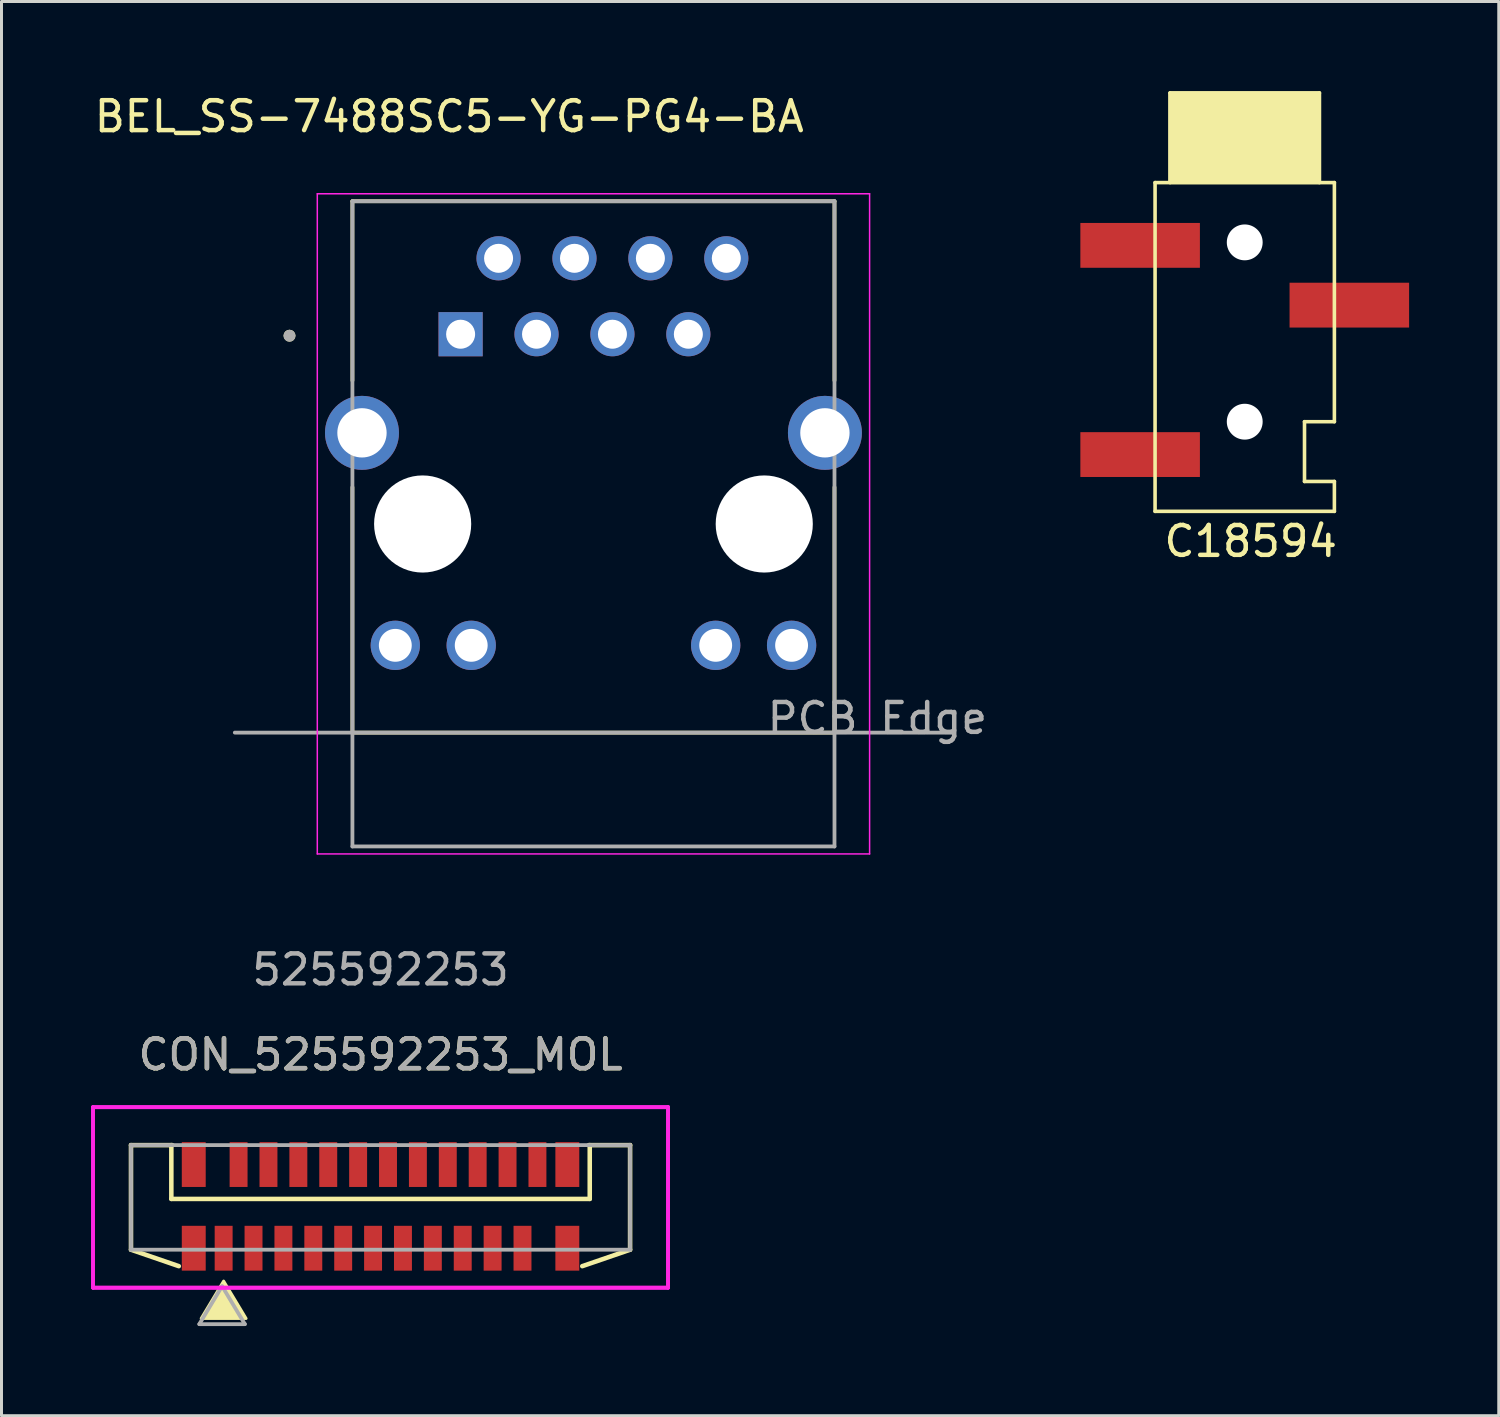
<source format=kicad_pcb>
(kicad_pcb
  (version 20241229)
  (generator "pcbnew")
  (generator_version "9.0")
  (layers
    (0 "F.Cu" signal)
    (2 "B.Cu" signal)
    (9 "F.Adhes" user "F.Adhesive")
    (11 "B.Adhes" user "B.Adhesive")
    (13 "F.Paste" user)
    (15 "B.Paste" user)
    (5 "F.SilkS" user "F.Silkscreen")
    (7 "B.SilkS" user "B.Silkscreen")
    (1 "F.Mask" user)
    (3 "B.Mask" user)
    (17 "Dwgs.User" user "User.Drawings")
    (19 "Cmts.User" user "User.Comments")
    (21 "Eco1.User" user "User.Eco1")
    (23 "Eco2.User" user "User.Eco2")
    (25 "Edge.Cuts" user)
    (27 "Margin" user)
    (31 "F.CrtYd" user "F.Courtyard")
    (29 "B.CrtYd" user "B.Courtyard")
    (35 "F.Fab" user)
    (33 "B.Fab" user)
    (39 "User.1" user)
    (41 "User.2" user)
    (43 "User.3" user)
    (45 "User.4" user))
  (footprint "BEL_SS-7488SC5-YG-PG4-BA"
    (layer "F.Cu")
    (at 16.807 14.483)
    (property "Reference" "BEL_SS-7488SC5-YG-PG4-BA" (at -4.825 -13.635 0) (layer "F.SilkS") (effects (font (size 1 1) (thickness 0.15))))
    (attr through_hole)
    (fp_line (start -8.065 -10.8) (end 8.065 -10.8) (stroke (width 0.127) (type solid)) (layer "F.SilkS"))
    (fp_line (start -8.065 -4.8) (end -8.065 -10.8) (stroke (width 0.127) (type solid)) (layer "F.SilkS"))
    (fp_line (start -8.065 6.98) (end -8.065 -1.23) (stroke (width 0.127) (type solid)) (layer "F.SilkS"))
    (fp_line (start 8.065 -10.8) (end 8.065 -4.8) (stroke (width 0.127) (type solid)) (layer "F.SilkS"))
    (fp_line (start 8.065 -1.23) (end 8.065 6.98) (stroke (width 0.127) (type solid)) (layer "F.SilkS"))
    (fp_line (start 8.065 6.98) (end -8.065 6.98) (stroke (width 0.127) (type solid)) (layer "F.SilkS"))
    (fp_circle (center -10.17 -6.3) (end -10.07 -6.3) (stroke (width 0.2) (type solid)) (fill no) (layer "F.SilkS"))
    (fp_line (start -9.24 -11.05) (end 9.24 -11.05) (stroke (width 0.05) (type solid)) (layer "F.CrtYd"))
    (fp_line (start -9.24 11.04) (end -9.24 -11.05) (stroke (width 0.05) (type solid)) (layer "F.CrtYd"))
    (fp_line (start 9.24 -11.05) (end 9.24 11.04) (stroke (width 0.05) (type solid)) (layer "F.CrtYd"))
    (fp_line (start 9.24 11.04) (end -9.24 11.04) (stroke (width 0.05) (type solid)) (layer "F.CrtYd"))
    (fp_line (start -8.065 -10.8) (end 8.065 -10.8) (stroke (width 0.127) (type solid)) (layer "F.Fab"))
    (fp_line (start -8.065 10.79) (end -8.065 -10.8) (stroke (width 0.127) (type solid)) (layer "F.Fab"))
    (fp_line (start 8.065 -10.8) (end 8.065 10.79) (stroke (width 0.127) (type solid)) (layer "F.Fab"))
    (fp_line (start 8.065 10.79) (end -8.065 10.79) (stroke (width 0.127) (type solid)) (layer "F.Fab"))
    (fp_line (start 12 6.98) (end -12 6.98) (stroke (width 0.127) (type solid)) (layer "F.Fab"))
    (fp_circle (center -10.17 -6.3) (end -10.07 -6.3) (stroke (width 0.2) (type solid)) (fill no) (layer "F.Fab"))
    (fp_text user "PCB Edge" (at 9.5 6.5 0) (layer "F.Fab") (effects (font (size 1 1) (thickness 0.15))))
    (pad "" np_thru_hole circle (at -5.715 0) (size 3.25 3.25) (drill 3.25) (layers "*.Cu" "*.Mask"))
    (pad "" np_thru_hole circle (at 5.715 0) (size 3.25 3.25) (drill 3.25) (layers "*.Cu" "*.Mask"))
    (pad "1" thru_hole rect (at -4.445 -6.35) (size 1.478 1.478) (drill 0.97) (layers "*.Cu" "*.Mask"))
    (pad "2" thru_hole circle (at -3.175 -8.89) (size 1.478 1.478) (drill 0.97) (layers "*.Cu" "*.Mask"))
    (pad "3" thru_hole circle (at -1.905 -6.35) (size 1.478 1.478) (drill 0.97) (layers "*.Cu" "*.Mask"))
    (pad "4" thru_hole circle (at -0.635 -8.89) (size 1.478 1.478) (drill 0.97) (layers "*.Cu" "*.Mask"))
    (pad "5" thru_hole circle (at 0.635 -6.35) (size 1.478 1.478) (drill 0.97) (layers "*.Cu" "*.Mask"))
    (pad "6" thru_hole circle (at 1.905 -8.89) (size 1.478 1.478) (drill 0.97) (layers "*.Cu" "*.Mask"))
    (pad "7" thru_hole circle (at 3.175 -6.35) (size 1.478 1.478) (drill 0.97) (layers "*.Cu" "*.Mask"))
    (pad "8" thru_hole circle (at 4.445 -8.89) (size 1.478 1.478) (drill 0.97) (layers "*.Cu" "*.Mask"))
    (pad "9" thru_hole circle (at -6.63 4.06) (size 1.65 1.65) (drill 1.1) (layers "*.Cu" "*.Mask"))
    (pad "10" thru_hole circle (at -4.09 4.06) (size 1.65 1.65) (drill 1.1) (layers "*.Cu" "*.Mask"))
    (pad "11" thru_hole circle (at 4.09 4.06) (size 1.65 1.65) (drill 1.1) (layers "*.Cu" "*.Mask"))
    (pad "12" thru_hole circle (at 6.63 4.06) (size 1.65 1.65) (drill 1.1) (layers "*.Cu" "*.Mask"))
    (pad "S1" thru_hole circle (at -7.745 -3.05) (size 2.475 2.475) (drill 1.65) (layers "*.Cu" "*.Mask"))
    (pad "S2" thru_hole circle (at 7.745 -3.05) (size 2.475 2.475) (drill 1.65) (layers "*.Cu" "*.Mask")))
  (footprint "C18594"
    (layer "F.Cu")
    (at 38.599 8.66)
    (property "Reference" "C18594" (at 0.2 6.4 0) (layer "F.SilkS") (effects (font (size 1 1) (thickness 0.15))))
    (attr smd)
    (fp_line (start -3 -5.6) (end 3 -5.6) (stroke (width 0.12) (type solid)) (layer "F.SilkS"))
    (fp_line (start -3 5.4) (end -3 -5.6) (stroke (width 0.12) (type solid)) (layer "F.SilkS"))
    (fp_line (start -2.5 -8.6) (end -2.5 -5.6) (stroke (width 0.12) (type solid)) (layer "F.SilkS"))
    (fp_line (start 2 2.4) (end 3 2.4) (stroke (width 0.12) (type solid)) (layer "F.SilkS"))
    (fp_line (start 2 4.4) (end 2 2.4) (stroke (width 0.12) (type solid)) (layer "F.SilkS"))
    (fp_line (start 2.5 -8.6) (end -2.5 -8.6) (stroke (width 0.12) (type solid)) (layer "F.SilkS"))
    (fp_line (start 2.5 -5.6) (end 2.5 -8.6) (stroke (width 0.12) (type solid)) (layer "F.SilkS"))
    (fp_line (start 3 -5.6) (end 3 2.4) (stroke (width 0.12) (type solid)) (layer "F.SilkS"))
    (fp_line (start 3 4.4) (end 2 4.4) (stroke (width 0.12) (type solid)) (layer "F.SilkS"))
    (fp_line (start 3 4.4) (end 3 5.4) (stroke (width 0.12) (type solid)) (layer "F.SilkS"))
    (fp_line (start 3 5.4) (end -3 5.4) (stroke (width 0.12) (type solid)) (layer "F.SilkS"))
    (fp_poly (pts (xy -2.5 -5.6) (xy -2.5 -8.6) (xy 2.5 -8.6) (xy 2.5 -5.6)) (stroke (width 0.1) (type solid)) (fill yes) (layer "F.SilkS"))
    (pad "" np_thru_hole circle (at 0 -3.6 270) (size 1.2 1.2) (drill 1.2) (layers "*.Cu" "*.Mask"))
    (pad "" np_thru_hole circle (at 0 2.4 270) (size 1.2 1.2) (drill 1.2) (layers "*.Cu" "*.Mask"))
    (pad "R" smd rect (at 3.5 -1.5 270) (size 1.5 4) (layers "F.Cu" "F.Mask" "F.Paste"))
    (pad "S" smd rect (at -3.5 -3.5 270) (size 1.5 4) (layers "F.Cu" "F.Mask" "F.Paste"))
    (pad "T" smd rect (at -3.5 3.5 270) (size 1.5 4) (layers "F.Cu" "F.Mask" "F.Paste")))
  (footprint "CON_525592253_MOL"
    (layer "F.Cu")
    (at 9.683 37.316)
    (property "Reference" "CON_525592253_MOL" (at 0 -5.08 0) (unlocked yes) (layer "F.SilkS") (effects (font (size 1 1) (thickness 0.15))))
    (attr smd)
    (fp_line (start -8.35 -2.05) (end -8.35 1.45) (stroke (width 0.152) (type solid)) (layer "F.SilkS"))
    (fp_line (start -8.35 1.45) (end -6.75 2) (stroke (width 0.152) (type solid)) (layer "F.SilkS"))
    (fp_line (start -7 -2.05) (end -7 -0.25) (stroke (width 0.152) (type default)) (layer "F.SilkS"))
    (fp_line (start -7 -0.25) (end 7 -0.25) (stroke (width 0.152) (type default)) (layer "F.SilkS"))
    (fp_line (start -6.967 -2.05) (end -8.35 -2.05) (stroke (width 0.152) (type solid)) (layer "F.SilkS"))
    (fp_line (start 6.75 2) (end 8.35 1.45) (stroke (width 0.152) (type solid)) (layer "F.SilkS"))
    (fp_line (start 7 -0.25) (end 7 -2.05) (stroke (width 0.152) (type default)) (layer "F.SilkS"))
    (fp_line (start 8.35 -2.05) (end 6.967 -2.05) (stroke (width 0.152) (type solid)) (layer "F.SilkS"))
    (fp_line (start 8.35 1.45) (end 8.35 -2.05) (stroke (width 0.152) (type solid)) (layer "F.SilkS"))
    (fp_poly (pts (xy -5.25 2.5) (xy -6 3.75) (xy -4.5 3.75)) (stroke (width 0.1) (type solid)) (fill yes) (layer "F.SilkS"))
    (fp_line (start -9.62 -3.32) (end -9.62 2.72) (stroke (width 0.127) (type solid)) (layer "F.CrtYd"))
    (fp_line (start -9.62 -3.32) (end -9.62 2.72) (stroke (width 0.127) (type solid)) (layer "F.CrtYd"))
    (fp_line (start -9.62 2.72) (end 9.62 2.72) (stroke (width 0.127) (type solid)) (layer "F.CrtYd"))
    (fp_line (start -9.62 2.72) (end 9.62 2.72) (stroke (width 0.127) (type solid)) (layer "F.CrtYd"))
    (fp_line (start 9.62 -3.32) (end -9.62 -3.32) (stroke (width 0.127) (type solid)) (layer "F.CrtYd"))
    (fp_line (start 9.62 -3.32) (end -9.62 -3.32) (stroke (width 0.127) (type solid)) (layer "F.CrtYd"))
    (fp_line (start 9.62 2.72) (end 9.62 -3.32) (stroke (width 0.127) (type solid)) (layer "F.CrtYd"))
    (fp_line (start 9.62 2.72) (end 9.62 -3.32) (stroke (width 0.127) (type solid)) (layer "F.CrtYd"))
    (fp_line (start -8.35 -2.05) (end -8.35 1.45) (stroke (width 0.127) (type solid)) (layer "F.Fab"))
    (fp_line (start -8.35 1.45) (end 8.35 1.45) (stroke (width 0.127) (type solid)) (layer "F.Fab"))
    (fp_line (start -6.064 3.94) (end -5.302 2.67) (stroke (width 0.127) (type solid)) (layer "F.Fab"))
    (fp_line (start -6.064 3.94) (end -4.54 3.94) (stroke (width 0.127) (type solid)) (layer "F.Fab"))
    (fp_line (start -4.54 3.94) (end -5.302 2.67) (stroke (width 0.127) (type solid)) (layer "F.Fab"))
    (fp_line (start 8.35 -2.05) (end -8.35 -2.05) (stroke (width 0.127) (type solid)) (layer "F.Fab"))
    (fp_line (start 8.35 1.45) (end 8.35 -2.05) (stroke (width 0.127) (type solid)) (layer "F.Fab"))
    (fp_text user "${REFERENCE}" (at 0 -5.08 0) (unlocked yes) (layer "F.Fab") (effects (font (size 1 1) (thickness 0.15))))
    (fp_text user "525592253" (at 0 -7.92 0) (unlocked yes) (layer "F.Fab") (effects (font (size 1 1) (thickness 0.15))))
    (pad "1" smd rect (at -5.25 1.4) (size 0.6 1.5) (layers "F.Cu" "F.Mask" "F.Paste"))
    (pad "2" smd rect (at -4.75 -1.4) (size 0.6 1.5) (layers "F.Cu" "F.Mask" "F.Paste"))
    (pad "3" smd rect (at -4.25 1.4) (size 0.6 1.5) (layers "F.Cu" "F.Mask" "F.Paste"))
    (pad "4" smd rect (at -3.75 -1.4) (size 0.6 1.5) (layers "F.Cu" "F.Mask" "F.Paste"))
    (pad "5" smd rect (at -3.25 1.4) (size 0.6 1.5) (layers "F.Cu" "F.Mask" "F.Paste"))
    (pad "6" smd rect (at -2.75 -1.4) (size 0.6 1.5) (layers "F.Cu" "F.Mask" "F.Paste"))
    (pad "7" smd rect (at -2.25 1.4) (size 0.6 1.5) (layers "F.Cu" "F.Mask" "F.Paste"))
    (pad "8" smd rect (at -1.75 -1.4) (size 0.6 1.5) (layers "F.Cu" "F.Mask" "F.Paste"))
    (pad "9" smd rect (at -1.25 1.4) (size 0.6 1.5) (layers "F.Cu" "F.Mask" "F.Paste"))
    (pad "10" smd rect (at -0.75 -1.4) (size 0.6 1.5) (layers "F.Cu" "F.Mask" "F.Paste"))
    (pad "11" smd rect (at -0.25 1.4) (size 0.6 1.5) (layers "F.Cu" "F.Mask" "F.Paste"))
    (pad "12" smd rect (at 0.25 -1.4) (size 0.6 1.5) (layers "F.Cu" "F.Mask" "F.Paste"))
    (pad "13" smd rect (at 0.75 1.4) (size 0.6 1.5) (layers "F.Cu" "F.Mask" "F.Paste"))
    (pad "14" smd rect (at 1.25 -1.4) (size 0.6 1.5) (layers "F.Cu" "F.Mask" "F.Paste"))
    (pad "15" smd rect (at 1.75 1.4) (size 0.6 1.5) (layers "F.Cu" "F.Mask" "F.Paste"))
    (pad "16" smd rect (at 2.25 -1.4) (size 0.6 1.5) (layers "F.Cu" "F.Mask" "F.Paste"))
    (pad "17" smd rect (at 2.75 1.4) (size 0.6 1.5) (layers "F.Cu" "F.Mask" "F.Paste"))
    (pad "18" smd rect (at 3.25 -1.4) (size 0.6 1.5) (layers "F.Cu" "F.Mask" "F.Paste"))
    (pad "19" smd rect (at 3.75 1.4) (size 0.6 1.5) (layers "F.Cu" "F.Mask" "F.Paste"))
    (pad "20" smd rect (at 4.25 -1.4) (size 0.6 1.5) (layers "F.Cu" "F.Mask" "F.Paste"))
    (pad "21" smd rect (at 4.75 1.4) (size 0.6 1.5) (layers "F.Cu" "F.Mask" "F.Paste"))
    (pad "22" smd rect (at 5.25 -1.4) (size 0.6 1.5) (layers "F.Cu" "F.Mask" "F.Paste"))
    (pad "P1" smd rect (at -6.25 1.4) (size 0.8 1.5) (layers "F.Cu" "F.Mask" "F.Paste"))
    (pad "P2" smd rect (at 6.25 1.4) (size 0.8 1.5) (layers "F.Cu" "F.Mask" "F.Paste"))
    (pad "P3" smd rect (at -6.25 -1.4) (size 0.8 1.5) (layers "F.Cu" "F.Mask" "F.Paste"))
    (pad "P4" smd rect (at 6.25 -1.4) (size 0.8 1.5) (layers "F.Cu" "F.Mask" "F.Paste")))
  (gr_rect
    (start -3 -3)
    (end 47.099 44.32)
    (stroke (width 0.1) (type default))
    (fill no)
    (layer "Edge.Cuts")))
</source>
